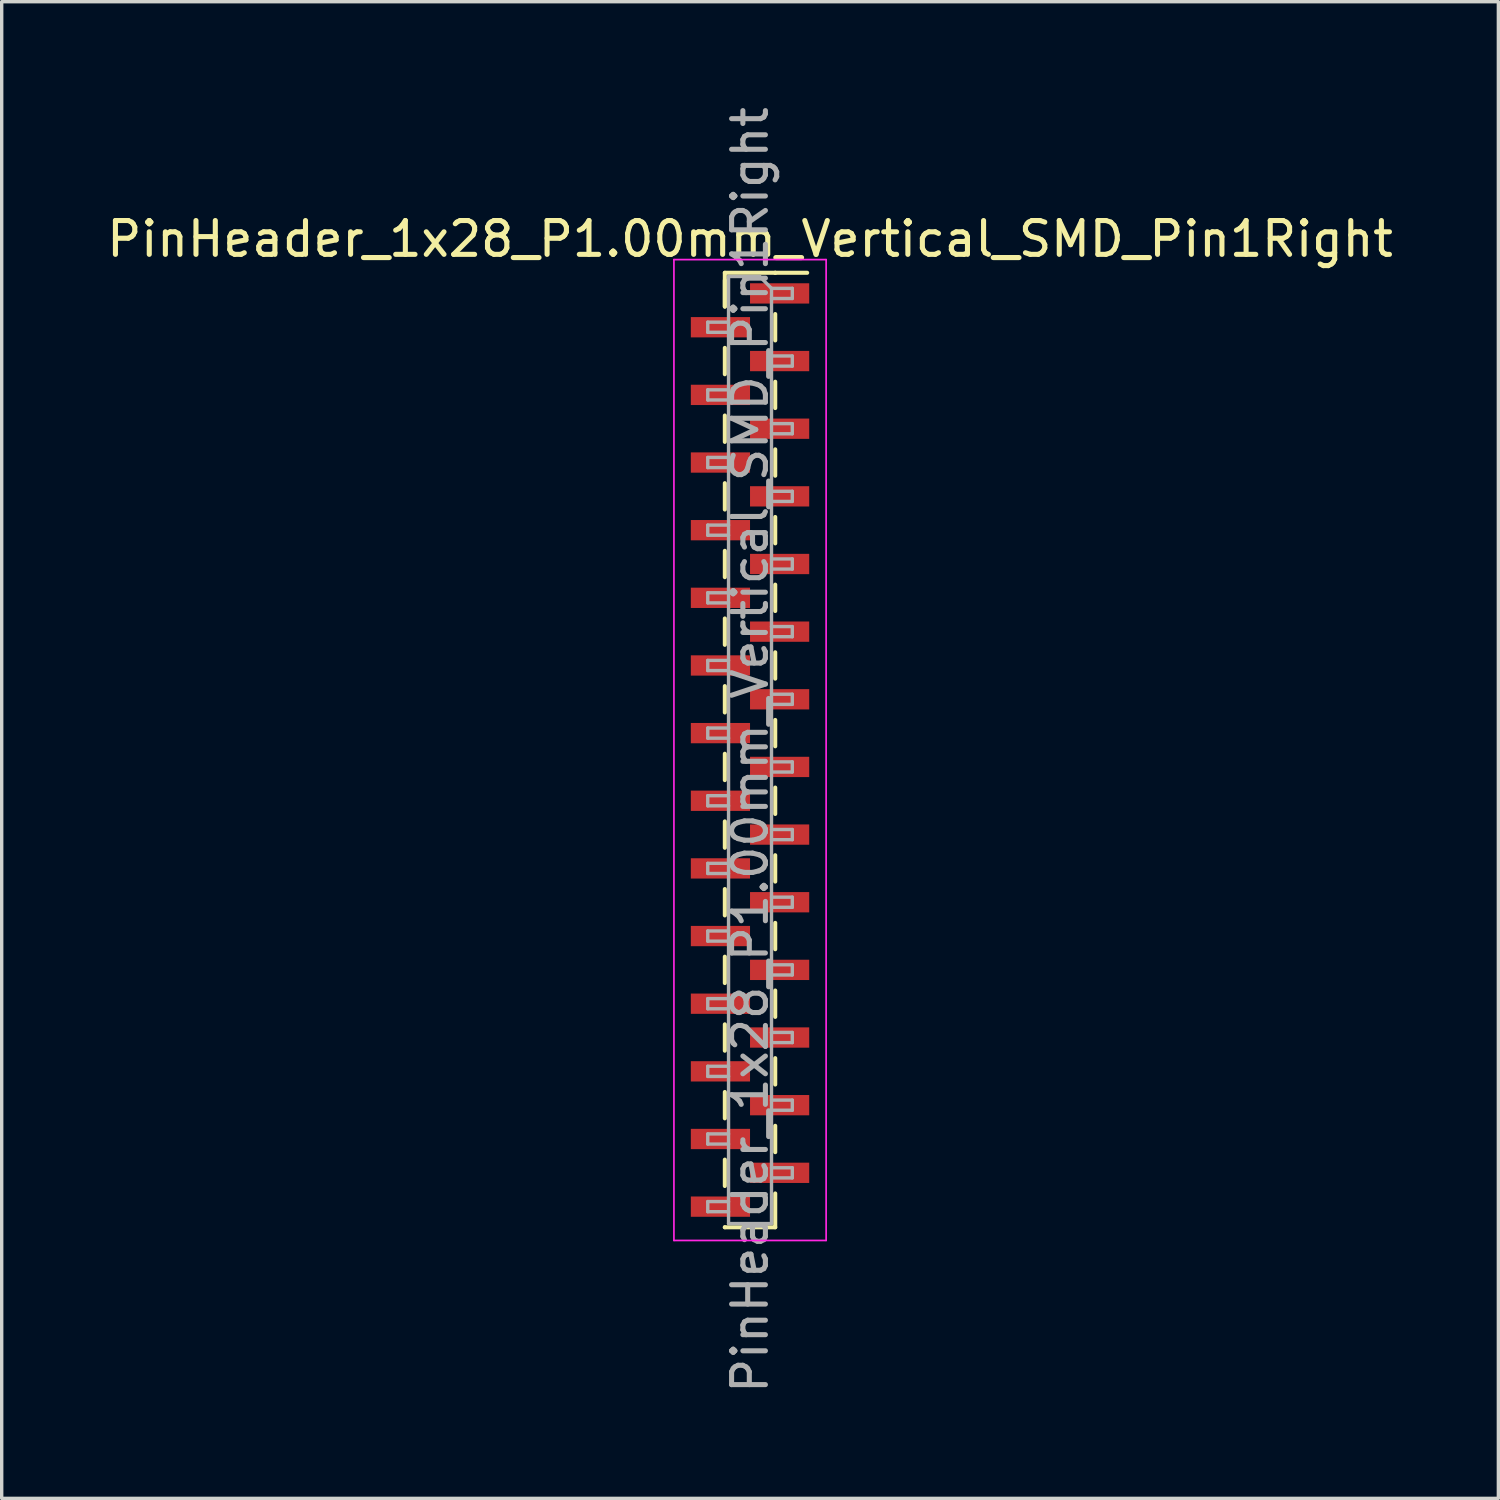
<source format=kicad_pcb>
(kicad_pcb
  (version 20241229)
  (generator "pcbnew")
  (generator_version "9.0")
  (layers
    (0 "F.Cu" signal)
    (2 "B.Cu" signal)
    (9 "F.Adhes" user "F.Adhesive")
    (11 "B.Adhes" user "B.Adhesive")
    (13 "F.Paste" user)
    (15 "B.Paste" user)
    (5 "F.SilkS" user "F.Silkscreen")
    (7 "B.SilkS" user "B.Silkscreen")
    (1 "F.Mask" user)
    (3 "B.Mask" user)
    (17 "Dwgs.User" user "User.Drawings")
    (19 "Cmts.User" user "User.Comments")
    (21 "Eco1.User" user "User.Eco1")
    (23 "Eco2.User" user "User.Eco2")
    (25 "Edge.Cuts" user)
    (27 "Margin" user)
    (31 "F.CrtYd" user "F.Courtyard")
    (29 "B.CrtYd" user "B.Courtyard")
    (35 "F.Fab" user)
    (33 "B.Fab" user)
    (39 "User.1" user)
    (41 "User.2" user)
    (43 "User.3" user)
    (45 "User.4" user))
  (footprint "PinHeader_1x28_P1.00mm_Vertical_SMD_Pin1Right"
    (layer "F.Cu")
    (at 19.125 19.125)
    (property "Reference" "PinHeader_1x28_P1.00mm_Vertical_SMD_Pin1Right" (at 0 -15.11 0) (layer "F.SilkS") (effects (font (size 1 1) (thickness 0.15))))
    (attr smd)
    (fp_line (start -0.745 -14.11) (end -0.745 -13.11) (stroke (width 0.12) (type solid)) (layer "F.SilkS"))
    (fp_line (start -0.745 -14.11) (end 0.745 -14.11) (stroke (width 0.12) (type solid)) (layer "F.SilkS"))
    (fp_line (start -0.745 -13.89) (end -0.745 -13.11) (stroke (width 0.12) (type solid)) (layer "F.SilkS"))
    (fp_line (start -0.745 -11.89) (end -0.745 -11.11) (stroke (width 0.12) (type solid)) (layer "F.SilkS"))
    (fp_line (start -0.745 -9.89) (end -0.745 -9.11) (stroke (width 0.12) (type solid)) (layer "F.SilkS"))
    (fp_line (start -0.745 -7.89) (end -0.745 -7.11) (stroke (width 0.12) (type solid)) (layer "F.SilkS"))
    (fp_line (start -0.745 -5.89) (end -0.745 -5.11) (stroke (width 0.12) (type solid)) (layer "F.SilkS"))
    (fp_line (start -0.745 -3.89) (end -0.745 -3.11) (stroke (width 0.12) (type solid)) (layer "F.SilkS"))
    (fp_line (start -0.745 -1.89) (end -0.745 -1.11) (stroke (width 0.12) (type solid)) (layer "F.SilkS"))
    (fp_line (start -0.745 0.11) (end -0.745 0.89) (stroke (width 0.12) (type solid)) (layer "F.SilkS"))
    (fp_line (start -0.745 2.11) (end -0.745 2.89) (stroke (width 0.12) (type solid)) (layer "F.SilkS"))
    (fp_line (start -0.745 4.11) (end -0.745 4.89) (stroke (width 0.12) (type solid)) (layer "F.SilkS"))
    (fp_line (start -0.745 6.11) (end -0.745 6.89) (stroke (width 0.12) (type solid)) (layer "F.SilkS"))
    (fp_line (start -0.745 8.11) (end -0.745 8.89) (stroke (width 0.12) (type solid)) (layer "F.SilkS"))
    (fp_line (start -0.745 10.11) (end -0.745 10.89) (stroke (width 0.12) (type solid)) (layer "F.SilkS"))
    (fp_line (start -0.745 12.11) (end -0.745 12.89) (stroke (width 0.12) (type solid)) (layer "F.SilkS"))
    (fp_line (start -0.745 14.11) (end -0.745 14.11) (stroke (width 0.12) (type solid)) (layer "F.SilkS"))
    (fp_line (start -0.745 14.11) (end 0.745 14.11) (stroke (width 0.12) (type solid)) (layer "F.SilkS"))
    (fp_line (start 0.745 -14.11) (end 0.745 -14.11) (stroke (width 0.12) (type solid)) (layer "F.SilkS"))
    (fp_line (start 0.745 -14.11) (end 1.69 -14.11) (stroke (width 0.12) (type solid)) (layer "F.SilkS"))
    (fp_line (start 0.745 -12.89) (end 0.745 -12.11) (stroke (width 0.12) (type solid)) (layer "F.SilkS"))
    (fp_line (start 0.745 -10.89) (end 0.745 -10.11) (stroke (width 0.12) (type solid)) (layer "F.SilkS"))
    (fp_line (start 0.745 -8.89) (end 0.745 -8.11) (stroke (width 0.12) (type solid)) (layer "F.SilkS"))
    (fp_line (start 0.745 -6.89) (end 0.745 -6.11) (stroke (width 0.12) (type solid)) (layer "F.SilkS"))
    (fp_line (start 0.745 -4.89) (end 0.745 -4.11) (stroke (width 0.12) (type solid)) (layer "F.SilkS"))
    (fp_line (start 0.745 -2.89) (end 0.745 -2.11) (stroke (width 0.12) (type solid)) (layer "F.SilkS"))
    (fp_line (start 0.745 -0.89) (end 0.745 -0.11) (stroke (width 0.12) (type solid)) (layer "F.SilkS"))
    (fp_line (start 0.745 1.11) (end 0.745 1.89) (stroke (width 0.12) (type solid)) (layer "F.SilkS"))
    (fp_line (start 0.745 3.11) (end 0.745 3.89) (stroke (width 0.12) (type solid)) (layer "F.SilkS"))
    (fp_line (start 0.745 5.11) (end 0.745 5.89) (stroke (width 0.12) (type solid)) (layer "F.SilkS"))
    (fp_line (start 0.745 7.11) (end 0.745 7.89) (stroke (width 0.12) (type solid)) (layer "F.SilkS"))
    (fp_line (start 0.745 9.11) (end 0.745 9.89) (stroke (width 0.12) (type solid)) (layer "F.SilkS"))
    (fp_line (start 0.745 11.11) (end 0.745 11.89) (stroke (width 0.12) (type solid)) (layer "F.SilkS"))
    (fp_line (start 0.745 13.11) (end 0.745 14.11) (stroke (width 0.12) (type solid)) (layer "F.SilkS"))
    (fp_line (start -2.25 -14.5) (end -2.25 14.5) (stroke (width 0.05) (type solid)) (layer "F.CrtYd"))
    (fp_line (start -2.25 14.5) (end 2.25 14.5) (stroke (width 0.05) (type solid)) (layer "F.CrtYd"))
    (fp_line (start 2.25 -14.5) (end -2.25 -14.5) (stroke (width 0.05) (type solid)) (layer "F.CrtYd"))
    (fp_line (start 2.25 14.5) (end 2.25 -14.5) (stroke (width 0.05) (type solid)) (layer "F.CrtYd"))
    (fp_line (start -1.25 -12.65) (end -1.25 -12.35) (stroke (width 0.1) (type solid)) (layer "F.Fab"))
    (fp_line (start -1.25 -12.35) (end -0.635 -12.35) (stroke (width 0.1) (type solid)) (layer "F.Fab"))
    (fp_line (start -1.25 -10.65) (end -1.25 -10.35) (stroke (width 0.1) (type solid)) (layer "F.Fab"))
    (fp_line (start -1.25 -10.35) (end -0.635 -10.35) (stroke (width 0.1) (type solid)) (layer "F.Fab"))
    (fp_line (start -1.25 -8.65) (end -1.25 -8.35) (stroke (width 0.1) (type solid)) (layer "F.Fab"))
    (fp_line (start -1.25 -8.35) (end -0.635 -8.35) (stroke (width 0.1) (type solid)) (layer "F.Fab"))
    (fp_line (start -1.25 -6.65) (end -1.25 -6.35) (stroke (width 0.1) (type solid)) (layer "F.Fab"))
    (fp_line (start -1.25 -6.35) (end -0.635 -6.35) (stroke (width 0.1) (type solid)) (layer "F.Fab"))
    (fp_line (start -1.25 -4.65) (end -1.25 -4.35) (stroke (width 0.1) (type solid)) (layer "F.Fab"))
    (fp_line (start -1.25 -4.35) (end -0.635 -4.35) (stroke (width 0.1) (type solid)) (layer "F.Fab"))
    (fp_line (start -1.25 -2.65) (end -1.25 -2.35) (stroke (width 0.1) (type solid)) (layer "F.Fab"))
    (fp_line (start -1.25 -2.35) (end -0.635 -2.35) (stroke (width 0.1) (type solid)) (layer "F.Fab"))
    (fp_line (start -1.25 -0.65) (end -1.25 -0.35) (stroke (width 0.1) (type solid)) (layer "F.Fab"))
    (fp_line (start -1.25 -0.35) (end -0.635 -0.35) (stroke (width 0.1) (type solid)) (layer "F.Fab"))
    (fp_line (start -1.25 1.35) (end -1.25 1.65) (stroke (width 0.1) (type solid)) (layer "F.Fab"))
    (fp_line (start -1.25 1.65) (end -0.635 1.65) (stroke (width 0.1) (type solid)) (layer "F.Fab"))
    (fp_line (start -1.25 3.35) (end -1.25 3.65) (stroke (width 0.1) (type solid)) (layer "F.Fab"))
    (fp_line (start -1.25 3.65) (end -0.635 3.65) (stroke (width 0.1) (type solid)) (layer "F.Fab"))
    (fp_line (start -1.25 5.35) (end -1.25 5.65) (stroke (width 0.1) (type solid)) (layer "F.Fab"))
    (fp_line (start -1.25 5.65) (end -0.635 5.65) (stroke (width 0.1) (type solid)) (layer "F.Fab"))
    (fp_line (start -1.25 7.35) (end -1.25 7.65) (stroke (width 0.1) (type solid)) (layer "F.Fab"))
    (fp_line (start -1.25 7.65) (end -0.635 7.65) (stroke (width 0.1) (type solid)) (layer "F.Fab"))
    (fp_line (start -1.25 9.35) (end -1.25 9.65) (stroke (width 0.1) (type solid)) (layer "F.Fab"))
    (fp_line (start -1.25 9.65) (end -0.635 9.65) (stroke (width 0.1) (type solid)) (layer "F.Fab"))
    (fp_line (start -1.25 11.35) (end -1.25 11.65) (stroke (width 0.1) (type solid)) (layer "F.Fab"))
    (fp_line (start -1.25 11.65) (end -0.635 11.65) (stroke (width 0.1) (type solid)) (layer "F.Fab"))
    (fp_line (start -1.25 13.35) (end -1.25 13.65) (stroke (width 0.1) (type solid)) (layer "F.Fab"))
    (fp_line (start -1.25 13.65) (end -0.635 13.65) (stroke (width 0.1) (type solid)) (layer "F.Fab"))
    (fp_line (start -0.635 -14) (end -0.635 14) (stroke (width 0.1) (type solid)) (layer "F.Fab"))
    (fp_line (start -0.635 -14) (end 0.285 -14) (stroke (width 0.1) (type solid)) (layer "F.Fab"))
    (fp_line (start -0.635 -12.65) (end -1.25 -12.65) (stroke (width 0.1) (type solid)) (layer "F.Fab"))
    (fp_line (start -0.635 -10.65) (end -1.25 -10.65) (stroke (width 0.1) (type solid)) (layer "F.Fab"))
    (fp_line (start -0.635 -8.65) (end -1.25 -8.65) (stroke (width 0.1) (type solid)) (layer "F.Fab"))
    (fp_line (start -0.635 -6.65) (end -1.25 -6.65) (stroke (width 0.1) (type solid)) (layer "F.Fab"))
    (fp_line (start -0.635 -4.65) (end -1.25 -4.65) (stroke (width 0.1) (type solid)) (layer "F.Fab"))
    (fp_line (start -0.635 -2.65) (end -1.25 -2.65) (stroke (width 0.1) (type solid)) (layer "F.Fab"))
    (fp_line (start -0.635 -0.65) (end -1.25 -0.65) (stroke (width 0.1) (type solid)) (layer "F.Fab"))
    (fp_line (start -0.635 1.35) (end -1.25 1.35) (stroke (width 0.1) (type solid)) (layer "F.Fab"))
    (fp_line (start -0.635 3.35) (end -1.25 3.35) (stroke (width 0.1) (type solid)) (layer "F.Fab"))
    (fp_line (start -0.635 5.35) (end -1.25 5.35) (stroke (width 0.1) (type solid)) (layer "F.Fab"))
    (fp_line (start -0.635 7.35) (end -1.25 7.35) (stroke (width 0.1) (type solid)) (layer "F.Fab"))
    (fp_line (start -0.635 9.35) (end -1.25 9.35) (stroke (width 0.1) (type solid)) (layer "F.Fab"))
    (fp_line (start -0.635 11.35) (end -1.25 11.35) (stroke (width 0.1) (type solid)) (layer "F.Fab"))
    (fp_line (start -0.635 13.35) (end -1.25 13.35) (stroke (width 0.1) (type solid)) (layer "F.Fab"))
    (fp_line (start 0.635 -13.65) (end 0.285 -14) (stroke (width 0.1) (type solid)) (layer "F.Fab"))
    (fp_line (start 0.635 -13.65) (end 1.25 -13.65) (stroke (width 0.1) (type solid)) (layer "F.Fab"))
    (fp_line (start 0.635 -11.65) (end 1.25 -11.65) (stroke (width 0.1) (type solid)) (layer "F.Fab"))
    (fp_line (start 0.635 -9.65) (end 1.25 -9.65) (stroke (width 0.1) (type solid)) (layer "F.Fab"))
    (fp_line (start 0.635 -7.65) (end 1.25 -7.65) (stroke (width 0.1) (type solid)) (layer "F.Fab"))
    (fp_line (start 0.635 -5.65) (end 1.25 -5.65) (stroke (width 0.1) (type solid)) (layer "F.Fab"))
    (fp_line (start 0.635 -3.65) (end 1.25 -3.65) (stroke (width 0.1) (type solid)) (layer "F.Fab"))
    (fp_line (start 0.635 -1.65) (end 1.25 -1.65) (stroke (width 0.1) (type solid)) (layer "F.Fab"))
    (fp_line (start 0.635 0.35) (end 1.25 0.35) (stroke (width 0.1) (type solid)) (layer "F.Fab"))
    (fp_line (start 0.635 2.35) (end 1.25 2.35) (stroke (width 0.1) (type solid)) (layer "F.Fab"))
    (fp_line (start 0.635 4.35) (end 1.25 4.35) (stroke (width 0.1) (type solid)) (layer "F.Fab"))
    (fp_line (start 0.635 6.35) (end 1.25 6.35) (stroke (width 0.1) (type solid)) (layer "F.Fab"))
    (fp_line (start 0.635 8.35) (end 1.25 8.35) (stroke (width 0.1) (type solid)) (layer "F.Fab"))
    (fp_line (start 0.635 10.35) (end 1.25 10.35) (stroke (width 0.1) (type solid)) (layer "F.Fab"))
    (fp_line (start 0.635 12.35) (end 1.25 12.35) (stroke (width 0.1) (type solid)) (layer "F.Fab"))
    (fp_line (start 0.635 14) (end -0.635 14) (stroke (width 0.1) (type solid)) (layer "F.Fab"))
    (fp_line (start 0.635 14) (end 0.635 -13.65) (stroke (width 0.1) (type solid)) (layer "F.Fab"))
    (fp_line (start 1.25 -13.65) (end 1.25 -13.35) (stroke (width 0.1) (type solid)) (layer "F.Fab"))
    (fp_line (start 1.25 -13.35) (end 0.635 -13.35) (stroke (width 0.1) (type solid)) (layer "F.Fab"))
    (fp_line (start 1.25 -11.65) (end 1.25 -11.35) (stroke (width 0.1) (type solid)) (layer "F.Fab"))
    (fp_line (start 1.25 -11.35) (end 0.635 -11.35) (stroke (width 0.1) (type solid)) (layer "F.Fab"))
    (fp_line (start 1.25 -9.65) (end 1.25 -9.35) (stroke (width 0.1) (type solid)) (layer "F.Fab"))
    (fp_line (start 1.25 -9.35) (end 0.635 -9.35) (stroke (width 0.1) (type solid)) (layer "F.Fab"))
    (fp_line (start 1.25 -7.65) (end 1.25 -7.35) (stroke (width 0.1) (type solid)) (layer "F.Fab"))
    (fp_line (start 1.25 -7.35) (end 0.635 -7.35) (stroke (width 0.1) (type solid)) (layer "F.Fab"))
    (fp_line (start 1.25 -5.65) (end 1.25 -5.35) (stroke (width 0.1) (type solid)) (layer "F.Fab"))
    (fp_line (start 1.25 -5.35) (end 0.635 -5.35) (stroke (width 0.1) (type solid)) (layer "F.Fab"))
    (fp_line (start 1.25 -3.65) (end 1.25 -3.35) (stroke (width 0.1) (type solid)) (layer "F.Fab"))
    (fp_line (start 1.25 -3.35) (end 0.635 -3.35) (stroke (width 0.1) (type solid)) (layer "F.Fab"))
    (fp_line (start 1.25 -1.65) (end 1.25 -1.35) (stroke (width 0.1) (type solid)) (layer "F.Fab"))
    (fp_line (start 1.25 -1.35) (end 0.635 -1.35) (stroke (width 0.1) (type solid)) (layer "F.Fab"))
    (fp_line (start 1.25 0.35) (end 1.25 0.65) (stroke (width 0.1) (type solid)) (layer "F.Fab"))
    (fp_line (start 1.25 0.65) (end 0.635 0.65) (stroke (width 0.1) (type solid)) (layer "F.Fab"))
    (fp_line (start 1.25 2.35) (end 1.25 2.65) (stroke (width 0.1) (type solid)) (layer "F.Fab"))
    (fp_line (start 1.25 2.65) (end 0.635 2.65) (stroke (width 0.1) (type solid)) (layer "F.Fab"))
    (fp_line (start 1.25 4.35) (end 1.25 4.65) (stroke (width 0.1) (type solid)) (layer "F.Fab"))
    (fp_line (start 1.25 4.65) (end 0.635 4.65) (stroke (width 0.1) (type solid)) (layer "F.Fab"))
    (fp_line (start 1.25 6.35) (end 1.25 6.65) (stroke (width 0.1) (type solid)) (layer "F.Fab"))
    (fp_line (start 1.25 6.65) (end 0.635 6.65) (stroke (width 0.1) (type solid)) (layer "F.Fab"))
    (fp_line (start 1.25 8.35) (end 1.25 8.65) (stroke (width 0.1) (type solid)) (layer "F.Fab"))
    (fp_line (start 1.25 8.65) (end 0.635 8.65) (stroke (width 0.1) (type solid)) (layer "F.Fab"))
    (fp_line (start 1.25 10.35) (end 1.25 10.65) (stroke (width 0.1) (type solid)) (layer "F.Fab"))
    (fp_line (start 1.25 10.65) (end 0.635 10.65) (stroke (width 0.1) (type solid)) (layer "F.Fab"))
    (fp_line (start 1.25 12.35) (end 1.25 12.65) (stroke (width 0.1) (type solid)) (layer "F.Fab"))
    (fp_line (start 1.25 12.65) (end 0.635 12.65) (stroke (width 0.1) (type solid)) (layer "F.Fab"))
    (fp_text user "${REFERENCE}" (at 0 0 90) (layer "F.Fab") (effects (font (size 1 1) (thickness 0.15))))
    (pad "1" smd rect (at 0.875 -13.5) (size 1.75 0.6) (layers "F.Cu" "F.Mask" "F.Paste"))
    (pad "2" smd rect (at -0.875 -12.5) (size 1.75 0.6) (layers "F.Cu" "F.Mask" "F.Paste"))
    (pad "3" smd rect (at 0.875 -11.5) (size 1.75 0.6) (layers "F.Cu" "F.Mask" "F.Paste"))
    (pad "4" smd rect (at -0.875 -10.5) (size 1.75 0.6) (layers "F.Cu" "F.Mask" "F.Paste"))
    (pad "5" smd rect (at 0.875 -9.5) (size 1.75 0.6) (layers "F.Cu" "F.Mask" "F.Paste"))
    (pad "6" smd rect (at -0.875 -8.5) (size 1.75 0.6) (layers "F.Cu" "F.Mask" "F.Paste"))
    (pad "7" smd rect (at 0.875 -7.5) (size 1.75 0.6) (layers "F.Cu" "F.Mask" "F.Paste"))
    (pad "8" smd rect (at -0.875 -6.5) (size 1.75 0.6) (layers "F.Cu" "F.Mask" "F.Paste"))
    (pad "9" smd rect (at 0.875 -5.5) (size 1.75 0.6) (layers "F.Cu" "F.Mask" "F.Paste"))
    (pad "10" smd rect (at -0.875 -4.5) (size 1.75 0.6) (layers "F.Cu" "F.Mask" "F.Paste"))
    (pad "11" smd rect (at 0.875 -3.5) (size 1.75 0.6) (layers "F.Cu" "F.Mask" "F.Paste"))
    (pad "12" smd rect (at -0.875 -2.5) (size 1.75 0.6) (layers "F.Cu" "F.Mask" "F.Paste"))
    (pad "13" smd rect (at 0.875 -1.5) (size 1.75 0.6) (layers "F.Cu" "F.Mask" "F.Paste"))
    (pad "14" smd rect (at -0.875 -0.5) (size 1.75 0.6) (layers "F.Cu" "F.Mask" "F.Paste"))
    (pad "15" smd rect (at 0.875 0.5) (size 1.75 0.6) (layers "F.Cu" "F.Mask" "F.Paste"))
    (pad "16" smd rect (at -0.875 1.5) (size 1.75 0.6) (layers "F.Cu" "F.Mask" "F.Paste"))
    (pad "17" smd rect (at 0.875 2.5) (size 1.75 0.6) (layers "F.Cu" "F.Mask" "F.Paste"))
    (pad "18" smd rect (at -0.875 3.5) (size 1.75 0.6) (layers "F.Cu" "F.Mask" "F.Paste"))
    (pad "19" smd rect (at 0.875 4.5) (size 1.75 0.6) (layers "F.Cu" "F.Mask" "F.Paste"))
    (pad "20" smd rect (at -0.875 5.5) (size 1.75 0.6) (layers "F.Cu" "F.Mask" "F.Paste"))
    (pad "21" smd rect (at 0.875 6.5) (size 1.75 0.6) (layers "F.Cu" "F.Mask" "F.Paste"))
    (pad "22" smd rect (at -0.875 7.5) (size 1.75 0.6) (layers "F.Cu" "F.Mask" "F.Paste"))
    (pad "23" smd rect (at 0.875 8.5) (size 1.75 0.6) (layers "F.Cu" "F.Mask" "F.Paste"))
    (pad "24" smd rect (at -0.875 9.5) (size 1.75 0.6) (layers "F.Cu" "F.Mask" "F.Paste"))
    (pad "25" smd rect (at 0.875 10.5) (size 1.75 0.6) (layers "F.Cu" "F.Mask" "F.Paste"))
    (pad "26" smd rect (at -0.875 11.5) (size 1.75 0.6) (layers "F.Cu" "F.Mask" "F.Paste"))
    (pad "27" smd rect (at 0.875 12.5) (size 1.75 0.6) (layers "F.Cu" "F.Mask" "F.Paste"))
    (pad "28" smd rect (at -0.875 13.5) (size 1.75 0.6) (layers "F.Cu" "F.Mask" "F.Paste")))
  (gr_rect
    (start -3 -3)
    (end 41.25 41.25)
    (stroke (width 0.1) (type default))
    (fill no)
    (layer "Edge.Cuts")))
</source>
